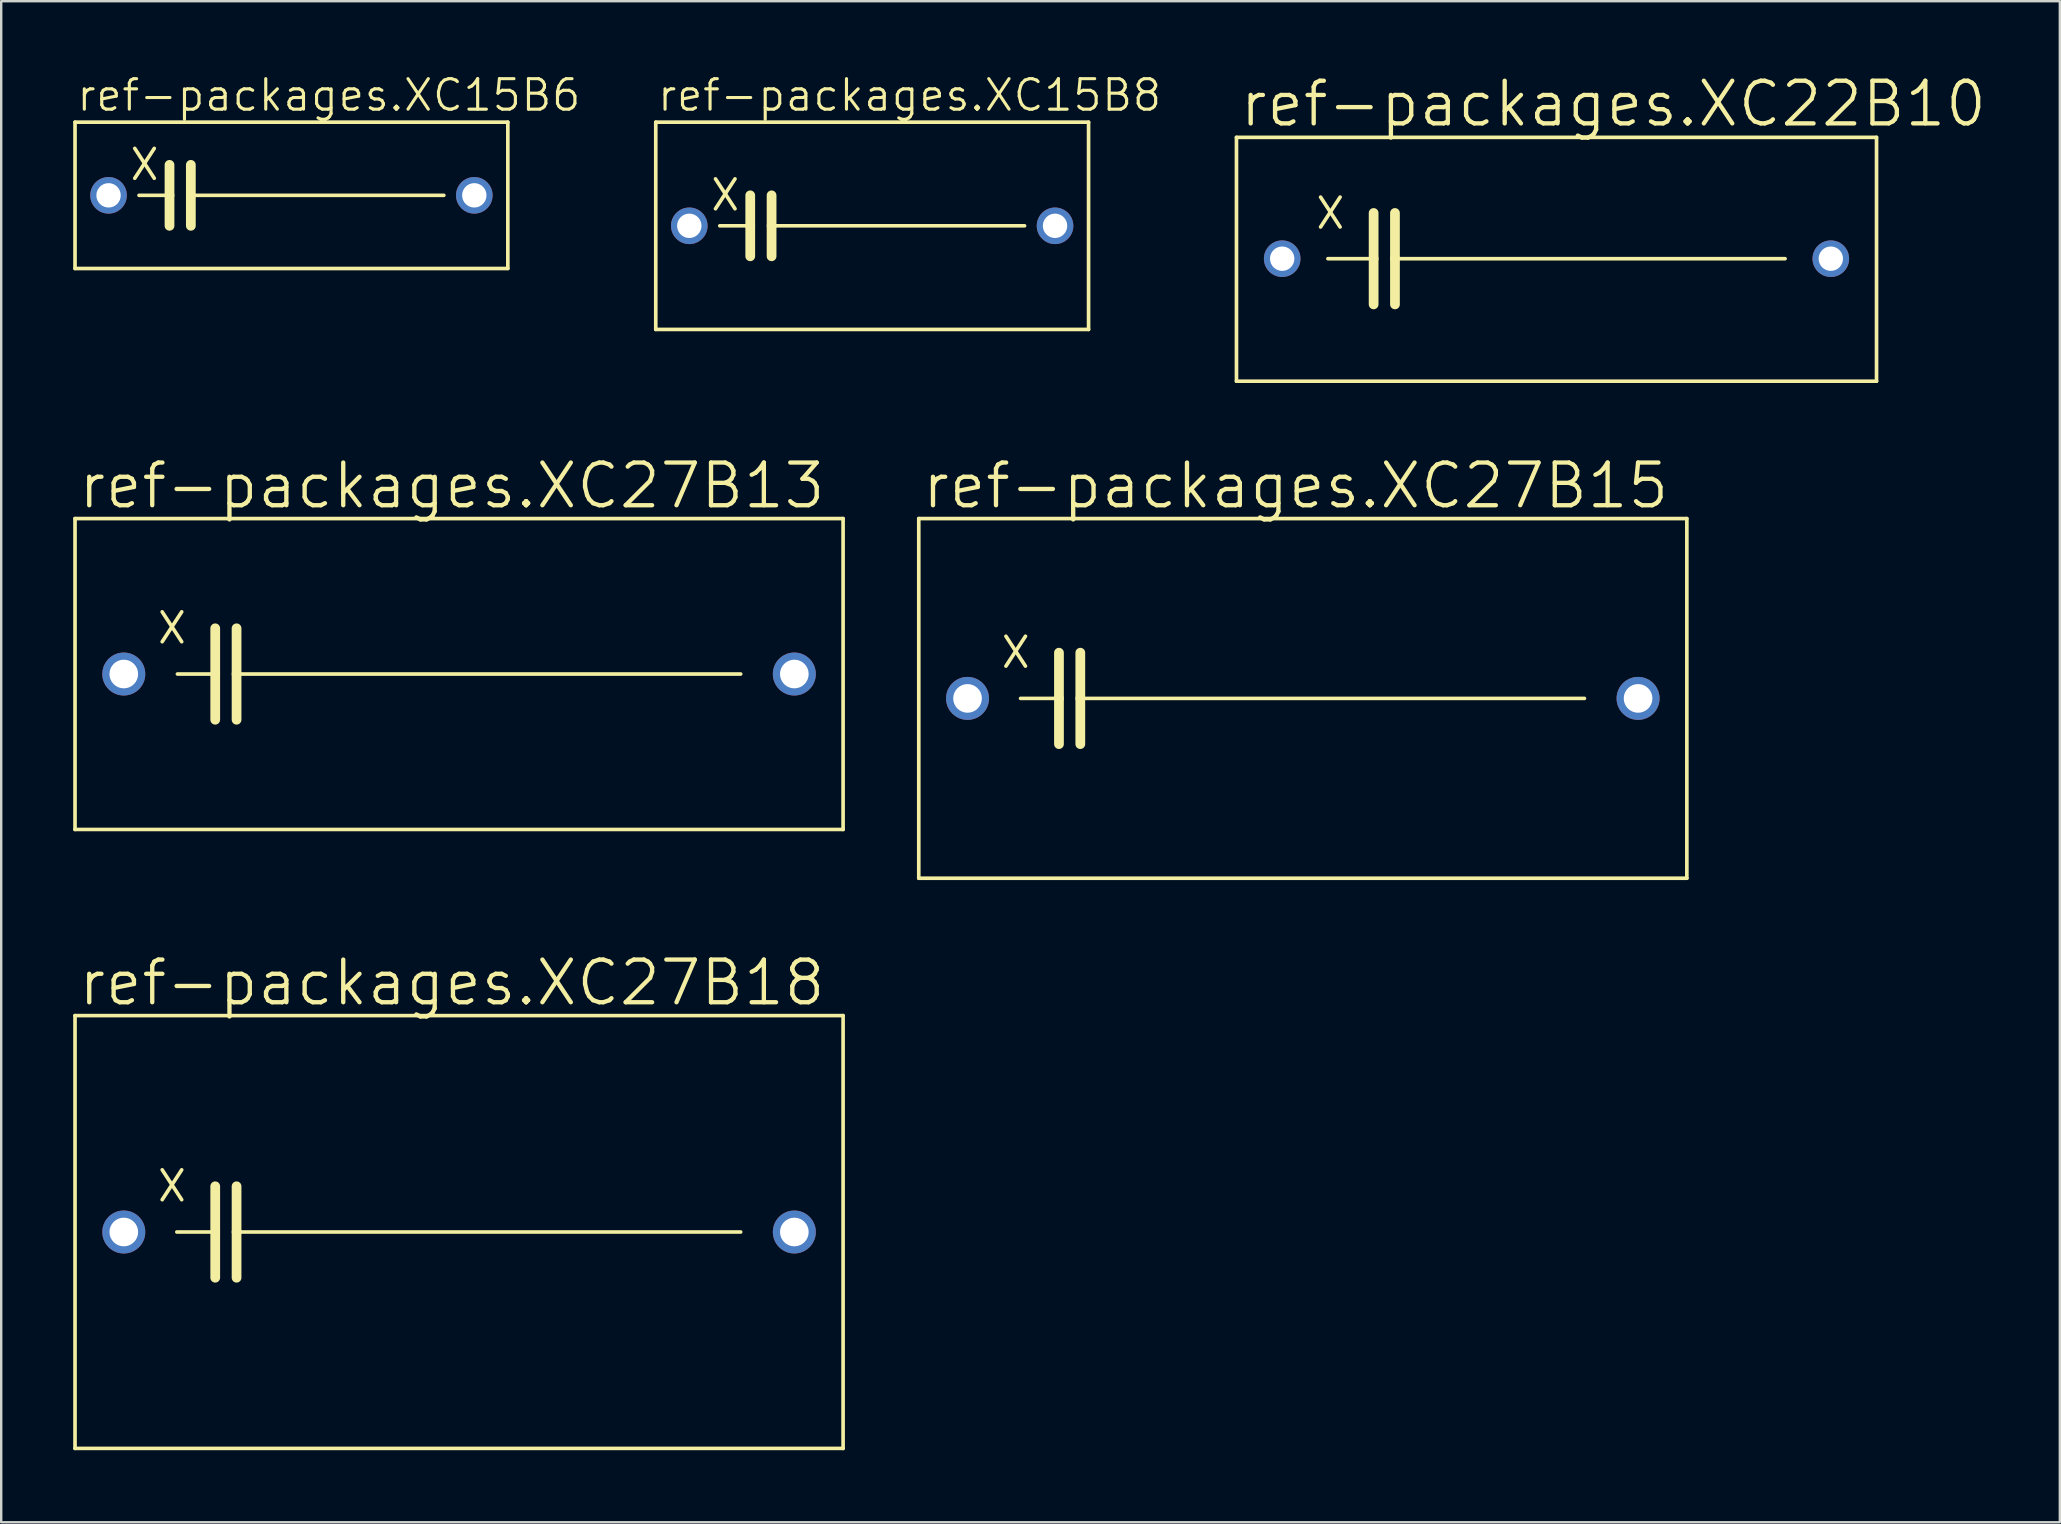
<source format=kicad_pcb>
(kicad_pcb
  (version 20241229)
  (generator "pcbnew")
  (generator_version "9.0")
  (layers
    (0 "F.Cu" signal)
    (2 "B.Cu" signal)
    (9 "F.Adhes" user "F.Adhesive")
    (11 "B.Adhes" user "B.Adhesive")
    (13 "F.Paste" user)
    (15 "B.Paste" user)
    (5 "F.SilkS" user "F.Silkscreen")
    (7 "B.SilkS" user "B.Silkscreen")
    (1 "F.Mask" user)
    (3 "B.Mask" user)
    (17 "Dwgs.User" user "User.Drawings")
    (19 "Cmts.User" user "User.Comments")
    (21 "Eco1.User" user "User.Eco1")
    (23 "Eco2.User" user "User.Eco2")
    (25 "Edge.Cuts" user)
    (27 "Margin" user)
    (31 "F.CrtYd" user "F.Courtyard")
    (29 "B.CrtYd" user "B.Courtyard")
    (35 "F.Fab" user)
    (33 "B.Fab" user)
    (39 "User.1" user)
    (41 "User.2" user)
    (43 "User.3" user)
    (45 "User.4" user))
  (footprint "ref-packages.XC27B18"
    (layer "F.Cu")
    (at 16.078 48.285)
    (property "Reference" "ref-packages.XC27B18" (at -15.951 -9.347 0) (layer "F.SilkS") (effects (font (size 1.778 1.778) (thickness 0.18)) (justify left bottom)))
    (attr through_hole)
    (fp_line (start -16.002 9.017) (end -16.002 -9.017) (stroke (width 0.152) (type default)) (layer "F.SilkS"))
    (fp_line (start -16.002 9.017) (end 16.002 9.017) (stroke (width 0.152) (type default)) (layer "F.SilkS"))
    (fp_line (start -12.37 -2.591) (end -11.557 -1.346) (stroke (width 0.152) (type default)) (layer "F.SilkS"))
    (fp_line (start -12.37 -1.346) (end -11.557 -2.591) (stroke (width 0.152) (type default)) (layer "F.SilkS"))
    (fp_line (start -11.76 0) (end -10.16 0) (stroke (width 0.152) (type default)) (layer "F.SilkS"))
    (fp_line (start -10.16 -1.905) (end -10.16 0) (stroke (width 0.406) (type default)) (layer "F.SilkS"))
    (fp_line (start -10.16 0) (end -10.16 1.905) (stroke (width 0.406) (type default)) (layer "F.SilkS"))
    (fp_line (start -9.271 -1.905) (end -9.271 0) (stroke (width 0.406) (type default)) (layer "F.SilkS"))
    (fp_line (start -9.271 0) (end -9.271 1.905) (stroke (width 0.406) (type default)) (layer "F.SilkS"))
    (fp_line (start -9.271 0) (end 11.735 0) (stroke (width 0.152) (type default)) (layer "F.SilkS"))
    (fp_line (start 16.002 -9.017) (end -16.002 -9.017) (stroke (width 0.152) (type default)) (layer "F.SilkS"))
    (fp_line (start 16.002 -9.017) (end 16.002 9.017) (stroke (width 0.152) (type default)) (layer "F.SilkS"))
    (pad "1" thru_hole circle (at -13.97 0) (size 1.791 1.791) (drill 1.194) (layers "*.Cu" "*.Mask"))
    (pad "2" thru_hole circle (at 13.97 0) (size 1.791 1.791) (drill 1.194) (layers "*.Cu" "*.Mask")))
  (footprint "ref-packages.XC15B8"
    (layer "F.Cu")
    (at 33.291 6.359)
    (property "Reference" "ref-packages.XC15B8" (at -9.017 -4.699 0) (layer "F.SilkS") (effects (font (size 1.27 1.27) (thickness 0.13)) (justify left bottom)))
    (attr through_hole)
    (fp_line (start -9.017 4.318) (end -9.017 -4.318) (stroke (width 0.152) (type default)) (layer "F.SilkS"))
    (fp_line (start -9.017 4.318) (end 9.017 4.318) (stroke (width 0.152) (type default)) (layer "F.SilkS"))
    (fp_line (start -6.528 -1.956) (end -5.715 -0.711) (stroke (width 0.152) (type default)) (layer "F.SilkS"))
    (fp_line (start -6.528 -0.711) (end -5.715 -1.956) (stroke (width 0.152) (type default)) (layer "F.SilkS"))
    (fp_line (start -6.35 0) (end -5.08 0) (stroke (width 0.152) (type default)) (layer "F.SilkS"))
    (fp_line (start -5.08 -1.27) (end -5.08 0) (stroke (width 0.406) (type default)) (layer "F.SilkS"))
    (fp_line (start -5.08 0) (end -5.08 1.27) (stroke (width 0.406) (type default)) (layer "F.SilkS"))
    (fp_line (start -4.191 -1.27) (end -4.191 0) (stroke (width 0.406) (type default)) (layer "F.SilkS"))
    (fp_line (start -4.191 0) (end -4.191 1.27) (stroke (width 0.406) (type default)) (layer "F.SilkS"))
    (fp_line (start 6.35 0) (end -4.191 0) (stroke (width 0.152) (type default)) (layer "F.SilkS"))
    (fp_line (start 9.017 -4.318) (end -9.017 -4.318) (stroke (width 0.152) (type default)) (layer "F.SilkS"))
    (fp_line (start 9.017 -4.318) (end 9.017 4.318) (stroke (width 0.152) (type default)) (layer "F.SilkS"))
    (pad "1" thru_hole circle (at -7.62 0) (size 1.524 1.524) (drill 1.016) (layers "*.Cu" "*.Mask"))
    (pad "2" thru_hole circle (at 7.62 0) (size 1.524 1.524) (drill 1.016) (layers "*.Cu" "*.Mask")))
  (footprint "ref-packages.XC27B13"
    (layer "F.Cu")
    (at 16.078 25.035)
    (property "Reference" "ref-packages.XC27B13" (at -15.951 -6.807 0) (layer "F.SilkS") (effects (font (size 1.778 1.778) (thickness 0.18)) (justify left bottom)))
    (attr through_hole)
    (fp_line (start -16.002 6.477) (end -16.002 -6.477) (stroke (width 0.152) (type default)) (layer "F.SilkS"))
    (fp_line (start -16.002 6.477) (end 16.002 6.477) (stroke (width 0.152) (type default)) (layer "F.SilkS"))
    (fp_line (start -12.37 -2.591) (end -11.557 -1.346) (stroke (width 0.152) (type default)) (layer "F.SilkS"))
    (fp_line (start -12.37 -1.346) (end -11.557 -2.591) (stroke (width 0.152) (type default)) (layer "F.SilkS"))
    (fp_line (start -11.735 0) (end -10.16 0) (stroke (width 0.152) (type default)) (layer "F.SilkS"))
    (fp_line (start -10.16 -1.905) (end -10.16 0) (stroke (width 0.406) (type default)) (layer "F.SilkS"))
    (fp_line (start -10.16 0) (end -10.16 1.905) (stroke (width 0.406) (type default)) (layer "F.SilkS"))
    (fp_line (start -9.271 -1.905) (end -9.271 0) (stroke (width 0.406) (type default)) (layer "F.SilkS"))
    (fp_line (start -9.271 0) (end -9.271 1.905) (stroke (width 0.406) (type default)) (layer "F.SilkS"))
    (fp_line (start -9.271 0) (end 11.735 0) (stroke (width 0.152) (type default)) (layer "F.SilkS"))
    (fp_line (start 16.002 -6.477) (end -16.002 -6.477) (stroke (width 0.152) (type default)) (layer "F.SilkS"))
    (fp_line (start 16.002 -6.477) (end 16.002 6.477) (stroke (width 0.152) (type default)) (layer "F.SilkS"))
    (pad "1" thru_hole circle (at -13.97 0) (size 1.791 1.791) (drill 1.194) (layers "*.Cu" "*.Mask"))
    (pad "2" thru_hole circle (at 13.97 0) (size 1.791 1.791) (drill 1.194) (layers "*.Cu" "*.Mask")))
  (footprint "ref-packages.XC15B6"
    (layer "F.Cu")
    (at 9.093 5.089)
    (property "Reference" "ref-packages.XC15B6" (at -9.017 -3.429 0) (layer "F.SilkS") (effects (font (size 1.27 1.27) (thickness 0.13)) (justify left bottom)))
    (attr through_hole)
    (fp_line (start -9.017 3.048) (end -9.017 -3.048) (stroke (width 0.152) (type default)) (layer "F.SilkS"))
    (fp_line (start -9.017 3.048) (end 9.017 3.048) (stroke (width 0.152) (type default)) (layer "F.SilkS"))
    (fp_line (start -6.528 -1.956) (end -5.715 -0.711) (stroke (width 0.152) (type default)) (layer "F.SilkS"))
    (fp_line (start -6.528 -0.711) (end -5.715 -1.956) (stroke (width 0.152) (type default)) (layer "F.SilkS"))
    (fp_line (start -6.35 0) (end -5.08 0) (stroke (width 0.152) (type default)) (layer "F.SilkS"))
    (fp_line (start -5.08 -1.27) (end -5.08 0) (stroke (width 0.406) (type default)) (layer "F.SilkS"))
    (fp_line (start -5.08 0) (end -5.08 1.27) (stroke (width 0.406) (type default)) (layer "F.SilkS"))
    (fp_line (start -4.191 -1.27) (end -4.191 0) (stroke (width 0.406) (type default)) (layer "F.SilkS"))
    (fp_line (start -4.191 0) (end -4.191 1.27) (stroke (width 0.406) (type default)) (layer "F.SilkS"))
    (fp_line (start 6.35 0) (end -4.191 0) (stroke (width 0.152) (type default)) (layer "F.SilkS"))
    (fp_line (start 9.017 -3.048) (end -9.017 -3.048) (stroke (width 0.152) (type default)) (layer "F.SilkS"))
    (fp_line (start 9.017 -3.048) (end 9.017 3.048) (stroke (width 0.152) (type default)) (layer "F.SilkS"))
    (pad "1" thru_hole circle (at -7.62 0) (size 1.524 1.524) (drill 1.016) (layers "*.Cu" "*.Mask"))
    (pad "2" thru_hole circle (at 7.62 0) (size 1.524 1.524) (drill 1.016) (layers "*.Cu" "*.Mask")))
  (footprint "ref-packages.XC27B15"
    (layer "F.Cu")
    (at 51.235 26.051)
    (property "Reference" "ref-packages.XC27B15" (at -15.951 -7.823 0) (layer "F.SilkS") (effects (font (size 1.778 1.778) (thickness 0.18)) (justify left bottom)))
    (attr through_hole)
    (fp_line (start -16.002 7.493) (end -16.002 -7.493) (stroke (width 0.152) (type default)) (layer "F.SilkS"))
    (fp_line (start -16.002 7.493) (end 16.002 7.493) (stroke (width 0.152) (type default)) (layer "F.SilkS"))
    (fp_line (start -12.37 -2.591) (end -11.557 -1.346) (stroke (width 0.152) (type default)) (layer "F.SilkS"))
    (fp_line (start -12.37 -1.346) (end -11.557 -2.591) (stroke (width 0.152) (type default)) (layer "F.SilkS"))
    (fp_line (start -11.76 0) (end -10.16 0) (stroke (width 0.152) (type default)) (layer "F.SilkS"))
    (fp_line (start -10.16 -1.905) (end -10.16 0) (stroke (width 0.406) (type default)) (layer "F.SilkS"))
    (fp_line (start -10.16 0) (end -10.16 1.905) (stroke (width 0.406) (type default)) (layer "F.SilkS"))
    (fp_line (start -9.271 -1.905) (end -9.271 0) (stroke (width 0.406) (type default)) (layer "F.SilkS"))
    (fp_line (start -9.271 0) (end -9.271 1.905) (stroke (width 0.406) (type default)) (layer "F.SilkS"))
    (fp_line (start -9.271 0) (end 11.735 0) (stroke (width 0.152) (type default)) (layer "F.SilkS"))
    (fp_line (start 16.002 -7.493) (end -16.002 -7.493) (stroke (width 0.152) (type default)) (layer "F.SilkS"))
    (fp_line (start 16.002 -7.493) (end 16.002 7.493) (stroke (width 0.152) (type default)) (layer "F.SilkS"))
    (pad "1" thru_hole circle (at -13.97 0) (size 1.791 1.791) (drill 1.194) (layers "*.Cu" "*.Mask"))
    (pad "2" thru_hole circle (at 13.97 0) (size 1.791 1.791) (drill 1.194) (layers "*.Cu" "*.Mask")))
  (footprint "ref-packages.XC22B10"
    (layer "F.Cu")
    (at 61.806 7.754)
    (property "Reference" "ref-packages.XC22B10" (at -13.284 -5.436 0) (layer "F.SilkS") (effects (font (size 1.778 1.778) (thickness 0.18)) (justify left bottom)))
    (attr through_hole)
    (fp_line (start -13.335 5.08) (end -13.335 -5.08) (stroke (width 0.152) (type default)) (layer "F.SilkS"))
    (fp_line (start -13.335 5.08) (end 13.335 5.08) (stroke (width 0.152) (type default)) (layer "F.SilkS"))
    (fp_line (start -9.83 -2.591) (end -9.017 -1.346) (stroke (width 0.152) (type default)) (layer "F.SilkS"))
    (fp_line (start -9.83 -1.346) (end -9.017 -2.591) (stroke (width 0.152) (type default)) (layer "F.SilkS"))
    (fp_line (start -9.525 -0.025) (end -7.62 -0.025) (stroke (width 0.152) (type default)) (layer "F.SilkS"))
    (fp_line (start -7.62 -1.93) (end -7.62 -0.025) (stroke (width 0.406) (type default)) (layer "F.SilkS"))
    (fp_line (start -7.62 -0.025) (end -7.62 1.88) (stroke (width 0.406) (type default)) (layer "F.SilkS"))
    (fp_line (start -6.731 -1.93) (end -6.731 -0.025) (stroke (width 0.406) (type default)) (layer "F.SilkS"))
    (fp_line (start -6.731 -0.025) (end -6.731 1.88) (stroke (width 0.406) (type default)) (layer "F.SilkS"))
    (fp_line (start -6.731 -0.025) (end 9.525 -0.025) (stroke (width 0.152) (type default)) (layer "F.SilkS"))
    (fp_line (start 13.335 -5.08) (end -13.335 -5.08) (stroke (width 0.152) (type default)) (layer "F.SilkS"))
    (fp_line (start 13.335 -5.08) (end 13.335 5.08) (stroke (width 0.152) (type default)) (layer "F.SilkS"))
    (pad "1" thru_hole circle (at -11.43 -0.025) (size 1.524 1.524) (drill 1.016) (layers "*.Cu" "*.Mask"))
    (pad "2" thru_hole circle (at 11.43 -0.025) (size 1.524 1.524) (drill 1.016) (layers "*.Cu" "*.Mask")))
  (gr_rect
    (start -3 -3)
    (end 82.779 60.379)
    (stroke (width 0.1) (type default))
    (fill no)
    (layer "Edge.Cuts")))
</source>
